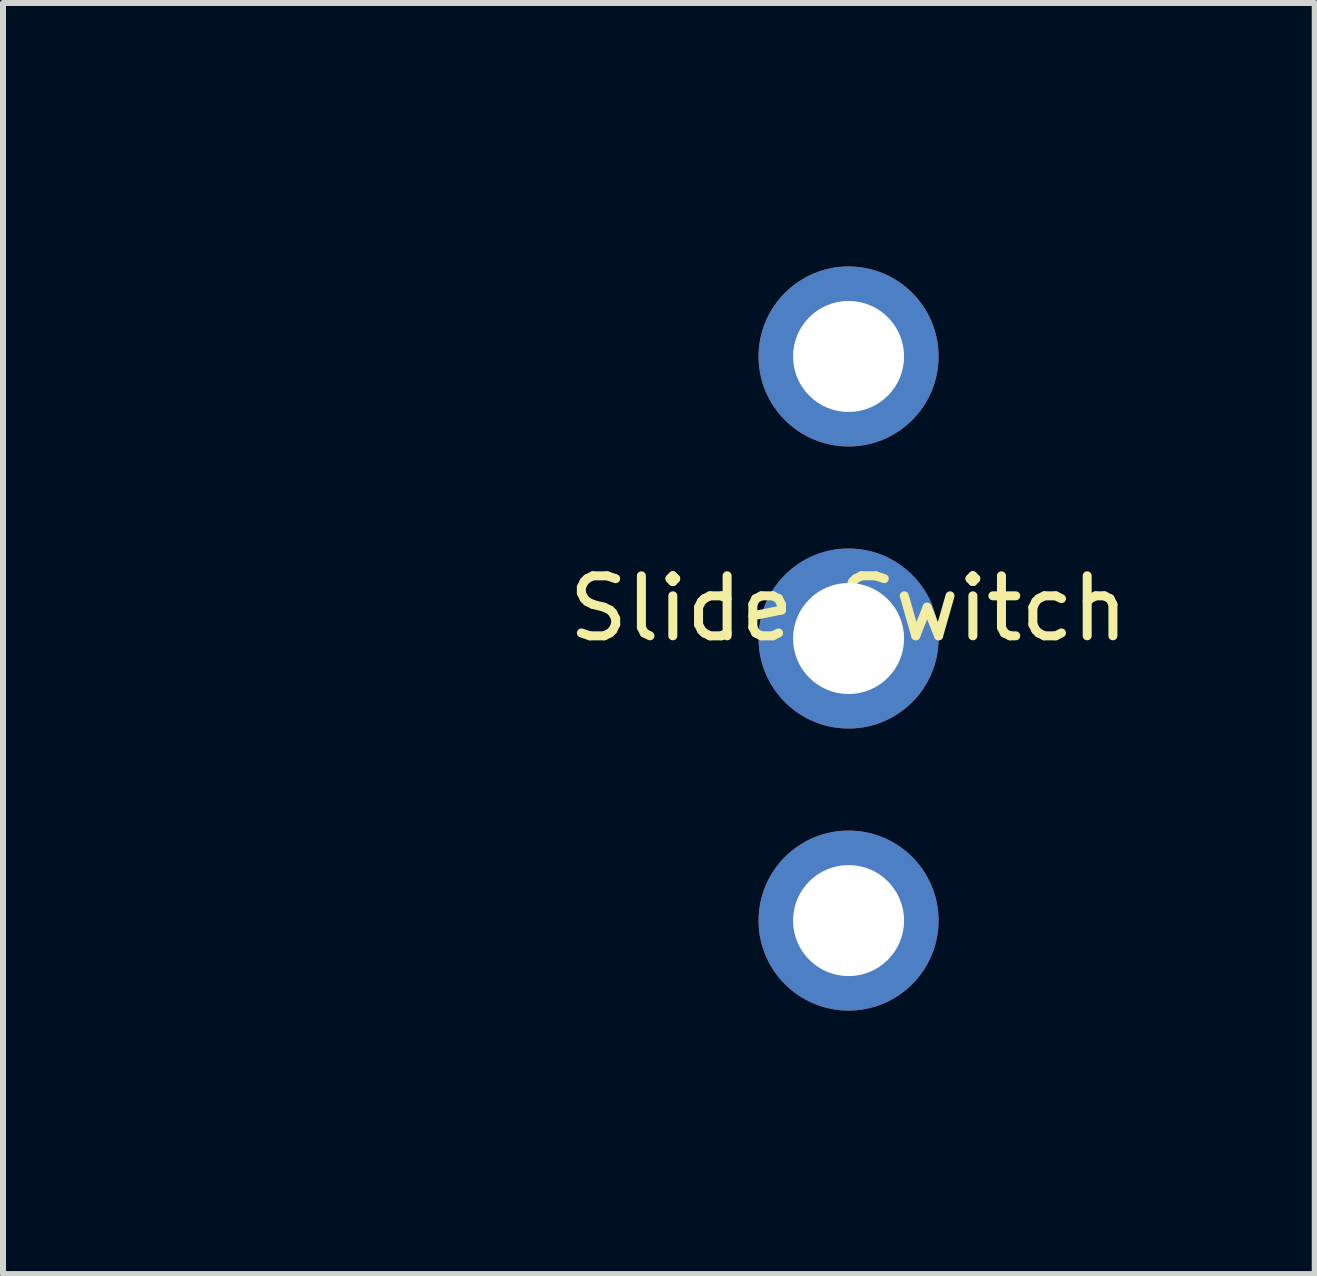
<source format=kicad_pcb>
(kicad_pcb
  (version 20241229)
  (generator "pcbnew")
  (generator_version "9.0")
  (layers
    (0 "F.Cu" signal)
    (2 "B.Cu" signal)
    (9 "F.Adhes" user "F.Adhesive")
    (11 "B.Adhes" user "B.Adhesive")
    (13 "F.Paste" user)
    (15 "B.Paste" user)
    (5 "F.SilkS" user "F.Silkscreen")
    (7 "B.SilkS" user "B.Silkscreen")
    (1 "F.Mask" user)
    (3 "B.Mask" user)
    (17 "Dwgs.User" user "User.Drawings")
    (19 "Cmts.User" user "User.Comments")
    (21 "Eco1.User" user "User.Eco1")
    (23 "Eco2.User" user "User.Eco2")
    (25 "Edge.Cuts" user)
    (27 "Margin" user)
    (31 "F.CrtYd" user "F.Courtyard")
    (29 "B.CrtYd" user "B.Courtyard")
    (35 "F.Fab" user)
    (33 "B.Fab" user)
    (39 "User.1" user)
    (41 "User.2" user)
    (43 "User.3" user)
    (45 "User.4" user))
  (footprint "Slide Switch"
    (layer "F.Cu")
    (at 11.09 7.59)
    (property "Reference" "Slide Switch" (at 0 -0.5 0) (unlocked yes) (layer "F.SilkS") (effects (font (size 1 1) (thickness 0.15))))
    (attr through_hole)
    (fp_line (start -11.03 -6.605) (end -11.03 6.605) (stroke (width 0.12) (type solid)) (layer "User.1"))
    (fp_circle (center -9.53 -6.605) (end -8.605 -6.605) (stroke (width 0.12) (type solid)) (fill no) (layer "User.2"))
    (fp_circle (center -9.53 6.605) (end -8.605 6.605) (stroke (width 0.12) (type solid)) (fill no) (layer "User.2"))
    (pad "1" thru_hole circle (at 0 4.7) (size 3 3) (drill 1.85) (layers "*.Cu" "*.Mask"))
    (pad "2" thru_hole circle (at 0 0) (size 3 3) (drill 1.85) (layers "*.Cu" "*.Mask"))
    (pad "3" thru_hole circle (at 0 -4.7) (size 3 3) (drill 1.85) (layers "*.Cu" "*.Mask")))
  (gr_rect
    (start -3 -3)
    (end 18.858 18.18)
    (stroke (width 0.1) (type default))
    (fill no)
    (layer "Edge.Cuts")))
</source>
